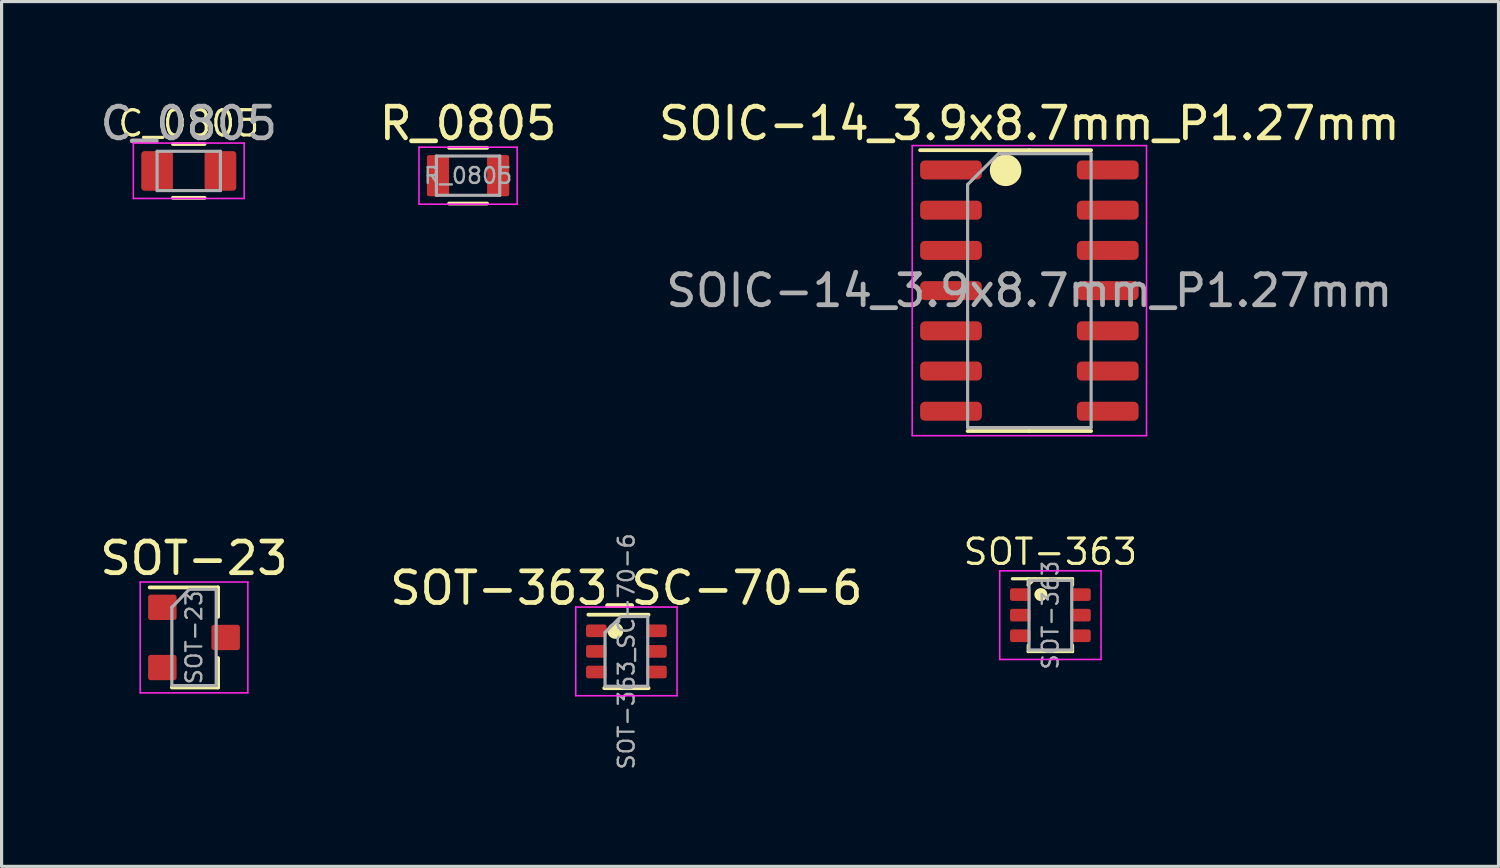
<source format=kicad_pcb>
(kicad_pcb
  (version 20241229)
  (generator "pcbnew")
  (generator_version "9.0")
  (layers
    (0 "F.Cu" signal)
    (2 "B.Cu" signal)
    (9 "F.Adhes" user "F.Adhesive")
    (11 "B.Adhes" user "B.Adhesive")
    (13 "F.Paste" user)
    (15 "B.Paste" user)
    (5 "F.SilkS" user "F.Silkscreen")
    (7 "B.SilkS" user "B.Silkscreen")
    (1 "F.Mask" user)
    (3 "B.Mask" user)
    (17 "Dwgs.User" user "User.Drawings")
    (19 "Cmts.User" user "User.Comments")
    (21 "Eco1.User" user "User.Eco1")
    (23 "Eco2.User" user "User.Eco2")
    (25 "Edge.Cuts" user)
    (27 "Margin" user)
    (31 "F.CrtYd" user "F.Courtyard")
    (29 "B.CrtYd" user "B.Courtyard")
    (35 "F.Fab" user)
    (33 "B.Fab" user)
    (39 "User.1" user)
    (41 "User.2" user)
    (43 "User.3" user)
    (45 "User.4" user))
  (footprint "SOIC-14_3.9x8.7mm_P1.27mm"
    (layer "F.Cu")
    (at 29.458 6.128)
    (property "Reference" "SOIC-14_3.9x8.7mm_P1.27mm" (at 0 -5.28 0) (layer "F.SilkS") (effects (font (size 1 1) (thickness 0.15))))
    (attr smd)
    (fp_line (start 0 -4.435) (end -3.45 -4.435) (stroke (width 0.12) (type solid)) (layer "F.SilkS"))
    (fp_line (start 0 -4.435) (end 1.95 -4.435) (stroke (width 0.12) (type solid)) (layer "F.SilkS"))
    (fp_line (start 0 4.435) (end -1.95 4.435) (stroke (width 0.12) (type solid)) (layer "F.SilkS"))
    (fp_line (start 0 4.435) (end 1.95 4.435) (stroke (width 0.12) (type solid)) (layer "F.SilkS"))
    (fp_circle (center -0.75 -3.8) (end -0.5 -3.8) (stroke (width 0.5) (type solid)) (fill no) (layer "F.SilkS"))
    (fp_line (start -3.7 -4.58) (end -3.7 4.58) (stroke (width 0.05) (type solid)) (layer "F.CrtYd"))
    (fp_line (start -3.7 4.58) (end 3.7 4.58) (stroke (width 0.05) (type solid)) (layer "F.CrtYd"))
    (fp_line (start 3.7 -4.58) (end -3.7 -4.58) (stroke (width 0.05) (type solid)) (layer "F.CrtYd"))
    (fp_line (start 3.7 4.58) (end 3.7 -4.58) (stroke (width 0.05) (type solid)) (layer "F.CrtYd"))
    (fp_line (start -1.95 -3.35) (end -0.975 -4.325) (stroke (width 0.1) (type solid)) (layer "F.Fab"))
    (fp_line (start -1.95 4.325) (end -1.95 -3.35) (stroke (width 0.1) (type solid)) (layer "F.Fab"))
    (fp_line (start -0.975 -4.325) (end 1.95 -4.325) (stroke (width 0.1) (type solid)) (layer "F.Fab"))
    (fp_line (start 1.95 -4.325) (end 1.95 4.325) (stroke (width 0.1) (type solid)) (layer "F.Fab"))
    (fp_line (start 1.95 4.325) (end -1.95 4.325) (stroke (width 0.1) (type solid)) (layer "F.Fab"))
    (fp_text user "${REFERENCE}" (at 0 0 0) (layer "F.Fab") (effects (font (size 0.98 0.98) (thickness 0.15))))
    (pad "1" smd roundrect (at -2.475 -3.81) (size 1.95 0.6) (layers "F.Cu" "F.Mask" "F.Paste") (roundrect_rratio 0.25))
    (pad "2" smd roundrect (at -2.475 -2.54) (size 1.95 0.6) (layers "F.Cu" "F.Mask" "F.Paste") (roundrect_rratio 0.25))
    (pad "3" smd roundrect (at -2.475 -1.27) (size 1.95 0.6) (layers "F.Cu" "F.Mask" "F.Paste") (roundrect_rratio 0.25))
    (pad "4" smd roundrect (at -2.475 0) (size 1.95 0.6) (layers "F.Cu" "F.Mask" "F.Paste") (roundrect_rratio 0.25))
    (pad "5" smd roundrect (at -2.475 1.27) (size 1.95 0.6) (layers "F.Cu" "F.Mask" "F.Paste") (roundrect_rratio 0.25))
    (pad "6" smd roundrect (at -2.475 2.54) (size 1.95 0.6) (layers "F.Cu" "F.Mask" "F.Paste") (roundrect_rratio 0.25))
    (pad "7" smd roundrect (at -2.475 3.81) (size 1.95 0.6) (layers "F.Cu" "F.Mask" "F.Paste") (roundrect_rratio 0.25))
    (pad "8" smd roundrect (at 2.475 3.81) (size 1.95 0.6) (layers "F.Cu" "F.Mask" "F.Paste") (roundrect_rratio 0.25))
    (pad "9" smd roundrect (at 2.475 2.54) (size 1.95 0.6) (layers "F.Cu" "F.Mask" "F.Paste") (roundrect_rratio 0.25))
    (pad "10" smd roundrect (at 2.475 1.27) (size 1.95 0.6) (layers "F.Cu" "F.Mask" "F.Paste") (roundrect_rratio 0.25))
    (pad "11" smd roundrect (at 2.475 0) (size 1.95 0.6) (layers "F.Cu" "F.Mask" "F.Paste") (roundrect_rratio 0.25))
    (pad "12" smd roundrect (at 2.475 -1.27) (size 1.95 0.6) (layers "F.Cu" "F.Mask" "F.Paste") (roundrect_rratio 0.25))
    (pad "13" smd roundrect (at 2.475 -2.54) (size 1.95 0.6) (layers "F.Cu" "F.Mask" "F.Paste") (roundrect_rratio 0.25))
    (pad "14" smd roundrect (at 2.475 -3.81) (size 1.95 0.6) (layers "F.Cu" "F.Mask" "F.Paste") (roundrect_rratio 0.25)))
  (footprint "SOT-23"
    (layer "F.Cu")
    (at 3.077 17.081)
    (property "Reference" "SOT-23" (at 0 -2.5 0) (layer "F.SilkS") (effects (font (size 1 1) (thickness 0.15))))
    (attr smd)
    (fp_line (start 0.76 -1.58) (end -1.4 -1.58) (stroke (width 0.12) (type solid)) (layer "F.SilkS"))
    (fp_line (start 0.76 -1.58) (end 0.76 -0.65) (stroke (width 0.12) (type solid)) (layer "F.SilkS"))
    (fp_line (start 0.76 1.58) (end -0.7 1.58) (stroke (width 0.12) (type solid)) (layer "F.SilkS"))
    (fp_line (start 0.76 1.58) (end 0.76 0.65) (stroke (width 0.12) (type solid)) (layer "F.SilkS"))
    (fp_line (start -1.7 -1.75) (end 1.7 -1.75) (stroke (width 0.05) (type solid)) (layer "F.CrtYd"))
    (fp_line (start -1.7 1.75) (end -1.7 -1.75) (stroke (width 0.05) (type solid)) (layer "F.CrtYd"))
    (fp_line (start 1.7 -1.75) (end 1.7 1.75) (stroke (width 0.05) (type solid)) (layer "F.CrtYd"))
    (fp_line (start 1.7 1.75) (end -1.7 1.75) (stroke (width 0.05) (type solid)) (layer "F.CrtYd"))
    (fp_line (start -0.7 -0.95) (end -0.7 1.5) (stroke (width 0.1) (type solid)) (layer "F.Fab"))
    (fp_line (start -0.7 -0.95) (end -0.15 -1.52) (stroke (width 0.1) (type solid)) (layer "F.Fab"))
    (fp_line (start -0.7 1.52) (end 0.7 1.52) (stroke (width 0.1) (type solid)) (layer "F.Fab"))
    (fp_line (start -0.15 -1.52) (end 0.7 -1.52) (stroke (width 0.1) (type solid)) (layer "F.Fab"))
    (fp_line (start 0.7 -1.52) (end 0.7 1.52) (stroke (width 0.1) (type solid)) (layer "F.Fab"))
    (fp_text user "${REFERENCE}" (at 0 0 90) (layer "F.Fab") (effects (font (size 0.5 0.5) (thickness 0.075))))
    (pad "1" smd roundrect (at -1 -0.95) (size 0.9 0.8) (layers "F.Cu" "F.Mask" "F.Paste") (roundrect_rratio 0.1))
    (pad "2" smd roundrect (at -1 0.95) (size 0.9 0.8) (layers "F.Cu" "F.Mask" "F.Paste") (roundrect_rratio 0.1))
    (pad "3" smd roundrect (at 1 0) (size 0.9 0.8) (layers "F.Cu" "F.Mask" "F.Paste") (roundrect_rratio 0.1)))
  (footprint "SOT-363_SC-70-6"
    (layer "F.Cu")
    (at 16.732 17.522)
    (property "Reference" "SOT-363_SC-70-6" (at 0 -2 0) (layer "F.SilkS") (effects (font (size 1 1) (thickness 0.15))))
    (attr smd)
    (fp_line (start -0.7 1.16) (end 0.7 1.16) (stroke (width 0.12) (type solid)) (layer "F.SilkS"))
    (fp_line (start 0.7 -1.16) (end -1.2 -1.16) (stroke (width 0.12) (type solid)) (layer "F.SilkS"))
    (fp_circle (center -0.35 -0.65) (end -0.223 -0.65) (stroke (width 0.25) (type solid)) (fill no) (layer "F.SilkS"))
    (fp_line (start -1.6 -1.4) (end -1.6 1.4) (stroke (width 0.05) (type solid)) (layer "F.CrtYd"))
    (fp_line (start -1.6 -1.4) (end 1.6 -1.4) (stroke (width 0.05) (type solid)) (layer "F.CrtYd"))
    (fp_line (start -1.6 1.4) (end 1.6 1.4) (stroke (width 0.05) (type solid)) (layer "F.CrtYd"))
    (fp_line (start 1.6 1.4) (end 1.6 -1.4) (stroke (width 0.05) (type solid)) (layer "F.CrtYd"))
    (fp_line (start -0.675 -0.6) (end -0.675 1.1) (stroke (width 0.1) (type solid)) (layer "F.Fab"))
    (fp_line (start -0.175 -1.1) (end -0.675 -0.6) (stroke (width 0.1) (type solid)) (layer "F.Fab"))
    (fp_line (start 0.675 -1.1) (end -0.175 -1.1) (stroke (width 0.1) (type solid)) (layer "F.Fab"))
    (fp_line (start 0.675 -1.1) (end 0.675 1.1) (stroke (width 0.1) (type solid)) (layer "F.Fab"))
    (fp_line (start 0.675 1.1) (end -0.675 1.1) (stroke (width 0.1) (type solid)) (layer "F.Fab"))
    (fp_text user "${REFERENCE}" (at 0 0 90) (layer "F.Fab") (effects (font (size 0.5 0.5) (thickness 0.075))))
    (pad "1" smd roundrect (at -0.95 -0.65) (size 0.65 0.4) (layers "F.Cu" "F.Mask" "F.Paste") (roundrect_rratio 0.18))
    (pad "2" smd roundrect (at -0.95 0) (size 0.65 0.4) (layers "F.Cu" "F.Mask" "F.Paste") (roundrect_rratio 0.18))
    (pad "3" smd roundrect (at -0.95 0.65) (size 0.65 0.4) (layers "F.Cu" "F.Mask" "F.Paste") (roundrect_rratio 0.18))
    (pad "4" smd roundrect (at 0.95 0.65) (size 0.65 0.4) (layers "F.Cu" "F.Mask" "F.Paste") (roundrect_rratio 0.18))
    (pad "5" smd roundrect (at 0.95 0) (size 0.65 0.4) (layers "F.Cu" "F.Mask" "F.Paste") (roundrect_rratio 0.18))
    (pad "6" smd roundrect (at 0.95 -0.65) (size 0.65 0.4) (layers "F.Cu" "F.Mask" "F.Paste") (roundrect_rratio 0.18)))
  (footprint "SOT-363"
    (layer "F.Cu")
    (at 30.122 16.377)
    (property "Reference" "SOT-363" (at 0 -2 0) (unlocked yes) (layer "F.SilkS") (effects (font (size 0.8 0.8) (thickness 0.1))))
    (attr smd)
    (fp_line (start -0.7 -1.15) (end -0.6 -1.05) (stroke (width 0.1) (type default)) (layer "F.SilkS"))
    (fp_line (start -0.7 -0.95) (end -0.7 -1.15) (stroke (width 0.1) (type default)) (layer "F.SilkS"))
    (fp_line (start -0.7 -0.95) (end -0.5 -1.15) (stroke (width 0.1) (type default)) (layer "F.SilkS"))
    (fp_line (start -0.7 1.15) (end -0.7 0.95) (stroke (width 0.1) (type default)) (layer "F.SilkS"))
    (fp_line (start -0.7 1.15) (end 0.7 1.15) (stroke (width 0.1) (type solid)) (layer "F.SilkS"))
    (fp_line (start 0.7 -1.15) (end -1.2 -1.15) (stroke (width 0.1) (type solid)) (layer "F.SilkS"))
    (fp_line (start 0.7 -0.95) (end 0.7 -1.15) (stroke (width 0.1) (type default)) (layer "F.SilkS"))
    (fp_line (start 0.7 1.15) (end 0.7 0.95) (stroke (width 0.1) (type default)) (layer "F.SilkS"))
    (fp_circle (center -0.3 -0.65) (end -0.1 -0.65) (stroke (width 0.01) (type solid)) (fill yes) (layer "F.SilkS"))
    (fp_line (start -1.6 -1.4) (end -1.6 1.4) (stroke (width 0.05) (type solid)) (layer "F.CrtYd"))
    (fp_line (start -1.6 -1.4) (end 1.6 -1.4) (stroke (width 0.05) (type solid)) (layer "F.CrtYd"))
    (fp_line (start -1.6 1.4) (end 1.6 1.4) (stroke (width 0.05) (type solid)) (layer "F.CrtYd"))
    (fp_line (start 1.6 1.4) (end 1.6 -1.4) (stroke (width 0.05) (type solid)) (layer "F.CrtYd"))
    (fp_line (start -0.675 -1.1) (end -0.675 1.1) (stroke (width 0.1) (type solid)) (layer "F.Fab"))
    (fp_line (start 0.675 -1.1) (end -0.675 -1.1) (stroke (width 0.1) (type solid)) (layer "F.Fab"))
    (fp_line (start 0.675 -1.1) (end 0.675 1.1) (stroke (width 0.1) (type solid)) (layer "F.Fab"))
    (fp_line (start 0.675 1.1) (end -0.675 1.1) (stroke (width 0.1) (type solid)) (layer "F.Fab"))
    (fp_text user "${REFERENCE}" (at 0 0 90) (layer "F.Fab") (effects (font (size 0.5 0.5) (thickness 0.075))))
    (pad "1" smd roundrect (at -0.95 -0.65) (size 0.65 0.4) (layers "F.Cu" "F.Mask" "F.Paste") (roundrect_rratio 0.18))
    (pad "2" smd roundrect (at -0.95 0) (size 0.65 0.4) (layers "F.Cu" "F.Mask" "F.Paste") (roundrect_rratio 0.18))
    (pad "3" smd roundrect (at -0.95 0.65) (size 0.65 0.4) (layers "F.Cu" "F.Mask" "F.Paste") (roundrect_rratio 0.18))
    (pad "4" smd roundrect (at 0.95 0.65) (size 0.65 0.4) (layers "F.Cu" "F.Mask" "F.Paste") (roundrect_rratio 0.18))
    (pad "5" smd roundrect (at 0.95 0) (size 0.65 0.4) (layers "F.Cu" "F.Mask" "F.Paste") (roundrect_rratio 0.18))
    (pad "6" smd roundrect (at 0.95 -0.65) (size 0.65 0.4) (layers "F.Cu" "F.Mask" "F.Paste") (roundrect_rratio 0.18)))
  (footprint "R_0805"
    (layer "F.Cu")
    (at 11.732 2.498)
    (property "Reference" "R_0805" (at 0 -1.65 0) (layer "F.SilkS") (effects (font (size 1 1) (thickness 0.15))))
    (attr smd)
    (fp_line (start -0.6 -0.88) (end 0.6 -0.88) (stroke (width 0.12) (type solid)) (layer "F.SilkS"))
    (fp_line (start 0.6 0.88) (end -0.6 0.88) (stroke (width 0.12) (type solid)) (layer "F.SilkS"))
    (fp_line (start -1.55 -0.9) (end -1.55 0.9) (stroke (width 0.05) (type solid)) (layer "F.CrtYd"))
    (fp_line (start -1.55 -0.9) (end 1.55 -0.9) (stroke (width 0.05) (type solid)) (layer "F.CrtYd"))
    (fp_line (start 1.55 0.9) (end -1.55 0.9) (stroke (width 0.05) (type solid)) (layer "F.CrtYd"))
    (fp_line (start 1.55 0.9) (end 1.55 -0.9) (stroke (width 0.05) (type solid)) (layer "F.CrtYd"))
    (fp_line (start -1 -0.62) (end 1 -0.62) (stroke (width 0.1) (type solid)) (layer "F.Fab"))
    (fp_line (start -1 0.62) (end -1 -0.62) (stroke (width 0.1) (type solid)) (layer "F.Fab"))
    (fp_line (start 1 -0.62) (end 1 0.62) (stroke (width 0.1) (type solid)) (layer "F.Fab"))
    (fp_line (start 1 0.62) (end -1 0.62) (stroke (width 0.1) (type solid)) (layer "F.Fab"))
    (fp_text user "${REFERENCE}" (at 0 0 0) (layer "F.Fab") (effects (font (size 0.5 0.5) (thickness 0.075))))
    (pad "1" smd roundrect (at -0.95 0) (size 0.7 1.3) (layers "F.Cu" "F.Mask" "F.Paste") (roundrect_rratio 0.1))
    (pad "2" smd roundrect (at 0.95 0) (size 0.7 1.3) (layers "F.Cu" "F.Mask" "F.Paste") (roundrect_rratio 0.1)))
  (footprint "C_0805"
    (layer "F.Cu")
    (at 2.911 2.348)
    (property "Reference" "C_0805" (at 0 -1.5 0) (layer "F.SilkS") (effects (font (size 0.8 0.8) (thickness 0.1))))
    (attr smd)
    (fp_line (start -0.5 0.85) (end 0.5 0.85) (stroke (width 0.12) (type solid)) (layer "F.SilkS"))
    (fp_line (start 0.5 -0.85) (end -0.5 -0.85) (stroke (width 0.12) (type solid)) (layer "F.SilkS"))
    (fp_line (start -1.75 -0.88) (end -1.75 0.87) (stroke (width 0.05) (type solid)) (layer "F.CrtYd"))
    (fp_line (start -1.75 -0.88) (end 1.75 -0.88) (stroke (width 0.05) (type solid)) (layer "F.CrtYd"))
    (fp_line (start 1.75 0.87) (end -1.75 0.87) (stroke (width 0.05) (type solid)) (layer "F.CrtYd"))
    (fp_line (start 1.75 0.87) (end 1.75 -0.88) (stroke (width 0.05) (type solid)) (layer "F.CrtYd"))
    (fp_line (start -1 -0.62) (end 1 -0.62) (stroke (width 0.1) (type solid)) (layer "F.Fab"))
    (fp_line (start -1 0.62) (end -1 -0.62) (stroke (width 0.1) (type solid)) (layer "F.Fab"))
    (fp_line (start 1 -0.62) (end 1 0.62) (stroke (width 0.1) (type solid)) (layer "F.Fab"))
    (fp_line (start 1 0.62) (end -1 0.62) (stroke (width 0.1) (type solid)) (layer "F.Fab"))
    (fp_text user "${REFERENCE}" (at 0 -1.5 0) (layer "F.Fab") (effects (font (size 1 1) (thickness 0.15))))
    (pad "1" smd roundrect (at -1 0) (size 1 1.25) (layers "F.Cu" "F.Mask" "F.Paste") (roundrect_rratio 0.1))
    (pad "2" smd roundrect (at 1 0) (size 1 1.25) (layers "F.Cu" "F.Mask" "F.Paste") (roundrect_rratio 0.1)))
  (gr_rect
    (start -3 -3)
    (end 44.274 24.311)
    (stroke (width 0.1) (type default))
    (fill no)
    (layer "Edge.Cuts")))
</source>
